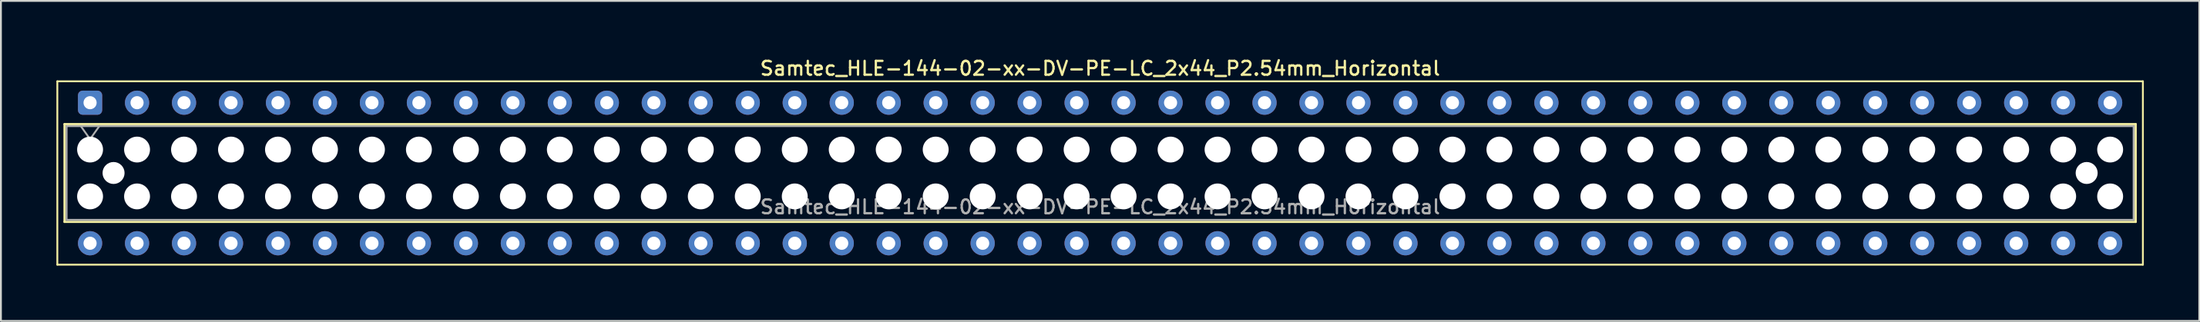
<source format=kicad_pcb>
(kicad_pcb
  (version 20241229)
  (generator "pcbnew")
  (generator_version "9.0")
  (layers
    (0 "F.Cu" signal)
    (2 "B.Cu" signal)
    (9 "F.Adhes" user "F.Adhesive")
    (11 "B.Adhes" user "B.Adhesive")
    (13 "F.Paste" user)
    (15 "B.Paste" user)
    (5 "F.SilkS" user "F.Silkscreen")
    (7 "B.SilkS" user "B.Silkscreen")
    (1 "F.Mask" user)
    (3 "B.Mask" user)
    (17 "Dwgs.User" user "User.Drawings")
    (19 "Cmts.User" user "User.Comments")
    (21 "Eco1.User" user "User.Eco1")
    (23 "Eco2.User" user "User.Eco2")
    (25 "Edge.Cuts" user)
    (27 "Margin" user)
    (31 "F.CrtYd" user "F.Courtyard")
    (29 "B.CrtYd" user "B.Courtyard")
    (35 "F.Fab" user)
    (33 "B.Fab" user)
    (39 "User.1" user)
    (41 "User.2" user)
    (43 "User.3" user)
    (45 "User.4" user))
  (footprint "Samtec_HLE-144-02-xx-DV-PE-LC_2x44_P2.54mm_Horizontal"
    (layer "F.Cu")
    (at 1.82 2.518)
    (property "Reference" "Samtec_HLE-144-02-xx-DV-PE-LC_2x44_P2.54mm_Horizontal" (at 54.61 -1.86 0) (layer "F.SilkS") (effects (font (size 0.75 0.75) (thickness 0.125))))
    (attr through_hole)
    (fp_line (start -1.77 -1.16) (end 110.99 -1.16) (stroke (width 0.1) (type solid)) (layer "F.SilkS"))
    (fp_line (start -1.77 8.78) (end -1.77 -1.16) (stroke (width 0.1) (type solid)) (layer "F.SilkS"))
    (fp_line (start -1.38 1.16) (end 110.6 1.16) (stroke (width 0.12) (type solid)) (layer "F.SilkS"))
    (fp_line (start -1.38 6.46) (end -1.38 1.16) (stroke (width 0.12) (type solid)) (layer "F.SilkS"))
    (fp_line (start 110.6 1.16) (end 110.6 6.46) (stroke (width 0.12) (type solid)) (layer "F.SilkS"))
    (fp_line (start 110.6 6.46) (end -1.38 6.46) (stroke (width 0.12) (type solid)) (layer "F.SilkS"))
    (fp_line (start 110.99 -1.16) (end 110.99 8.78) (stroke (width 0.1) (type solid)) (layer "F.SilkS"))
    (fp_line (start 110.99 8.78) (end -1.77 8.78) (stroke (width 0.1) (type solid)) (layer "F.SilkS"))
    (fp_line (start -1.27 1.27) (end 110.49 1.27) (stroke (width 0.1) (type solid)) (layer "F.Fab"))
    (fp_line (start -1.27 6.35) (end -1.27 1.27) (stroke (width 0.1) (type solid)) (layer "F.Fab"))
    (fp_line (start -0.5 1.27) (end 0 1.977) (stroke (width 0.1) (type solid)) (layer "F.Fab"))
    (fp_line (start 0 1.977) (end 0.5 1.27) (stroke (width 0.1) (type solid)) (layer "F.Fab"))
    (fp_line (start 110.49 1.27) (end 110.49 6.35) (stroke (width 0.1) (type solid)) (layer "F.Fab"))
    (fp_line (start 110.49 6.35) (end -1.27 6.35) (stroke (width 0.1) (type solid)) (layer "F.Fab"))
    (fp_text user "${REFERENCE}" (at 54.61 5.65 0) (layer "F.Fab") (effects (font (size 0.75 0.75) (thickness 0.125))))
    (pad "" np_thru_hole circle (at 0 2.54) (size 1.4 1.4) (drill 1.4) (layers "*.Cu" "*.Mask"))
    (pad "" np_thru_hole circle (at 0 5.08) (size 1.4 1.4) (drill 1.4) (layers "*.Cu" "*.Mask"))
    (pad "" np_thru_hole circle (at 1.27 3.81) (size 1.19 1.19) (drill 1.19) (layers "*.Cu" "*.Mask"))
    (pad "" np_thru_hole circle (at 2.54 2.54) (size 1.4 1.4) (drill 1.4) (layers "*.Cu" "*.Mask"))
    (pad "" np_thru_hole circle (at 2.54 5.08) (size 1.4 1.4) (drill 1.4) (layers "*.Cu" "*.Mask"))
    (pad "" np_thru_hole circle (at 5.08 2.54) (size 1.4 1.4) (drill 1.4) (layers "*.Cu" "*.Mask"))
    (pad "" np_thru_hole circle (at 5.08 5.08) (size 1.4 1.4) (drill 1.4) (layers "*.Cu" "*.Mask"))
    (pad "" np_thru_hole circle (at 7.62 2.54) (size 1.4 1.4) (drill 1.4) (layers "*.Cu" "*.Mask"))
    (pad "" np_thru_hole circle (at 7.62 5.08) (size 1.4 1.4) (drill 1.4) (layers "*.Cu" "*.Mask"))
    (pad "" np_thru_hole circle (at 10.16 2.54) (size 1.4 1.4) (drill 1.4) (layers "*.Cu" "*.Mask"))
    (pad "" np_thru_hole circle (at 10.16 5.08) (size 1.4 1.4) (drill 1.4) (layers "*.Cu" "*.Mask"))
    (pad "" np_thru_hole circle (at 12.7 2.54) (size 1.4 1.4) (drill 1.4) (layers "*.Cu" "*.Mask"))
    (pad "" np_thru_hole circle (at 12.7 5.08) (size 1.4 1.4) (drill 1.4) (layers "*.Cu" "*.Mask"))
    (pad "" np_thru_hole circle (at 15.24 2.54) (size 1.4 1.4) (drill 1.4) (layers "*.Cu" "*.Mask"))
    (pad "" np_thru_hole circle (at 15.24 5.08) (size 1.4 1.4) (drill 1.4) (layers "*.Cu" "*.Mask"))
    (pad "" np_thru_hole circle (at 17.78 2.54) (size 1.4 1.4) (drill 1.4) (layers "*.Cu" "*.Mask"))
    (pad "" np_thru_hole circle (at 17.78 5.08) (size 1.4 1.4) (drill 1.4) (layers "*.Cu" "*.Mask"))
    (pad "" np_thru_hole circle (at 20.32 2.54) (size 1.4 1.4) (drill 1.4) (layers "*.Cu" "*.Mask"))
    (pad "" np_thru_hole circle (at 20.32 5.08) (size 1.4 1.4) (drill 1.4) (layers "*.Cu" "*.Mask"))
    (pad "" np_thru_hole circle (at 22.86 2.54) (size 1.4 1.4) (drill 1.4) (layers "*.Cu" "*.Mask"))
    (pad "" np_thru_hole circle (at 22.86 5.08) (size 1.4 1.4) (drill 1.4) (layers "*.Cu" "*.Mask"))
    (pad "" np_thru_hole circle (at 25.4 2.54) (size 1.4 1.4) (drill 1.4) (layers "*.Cu" "*.Mask"))
    (pad "" np_thru_hole circle (at 25.4 5.08) (size 1.4 1.4) (drill 1.4) (layers "*.Cu" "*.Mask"))
    (pad "" np_thru_hole circle (at 27.94 2.54) (size 1.4 1.4) (drill 1.4) (layers "*.Cu" "*.Mask"))
    (pad "" np_thru_hole circle (at 27.94 5.08) (size 1.4 1.4) (drill 1.4) (layers "*.Cu" "*.Mask"))
    (pad "" np_thru_hole circle (at 30.48 2.54) (size 1.4 1.4) (drill 1.4) (layers "*.Cu" "*.Mask"))
    (pad "" np_thru_hole circle (at 30.48 5.08) (size 1.4 1.4) (drill 1.4) (layers "*.Cu" "*.Mask"))
    (pad "" np_thru_hole circle (at 33.02 2.54) (size 1.4 1.4) (drill 1.4) (layers "*.Cu" "*.Mask"))
    (pad "" np_thru_hole circle (at 33.02 5.08) (size 1.4 1.4) (drill 1.4) (layers "*.Cu" "*.Mask"))
    (pad "" np_thru_hole circle (at 35.56 2.54) (size 1.4 1.4) (drill 1.4) (layers "*.Cu" "*.Mask"))
    (pad "" np_thru_hole circle (at 35.56 5.08) (size 1.4 1.4) (drill 1.4) (layers "*.Cu" "*.Mask"))
    (pad "" np_thru_hole circle (at 38.1 2.54) (size 1.4 1.4) (drill 1.4) (layers "*.Cu" "*.Mask"))
    (pad "" np_thru_hole circle (at 38.1 5.08) (size 1.4 1.4) (drill 1.4) (layers "*.Cu" "*.Mask"))
    (pad "" np_thru_hole circle (at 40.64 2.54) (size 1.4 1.4) (drill 1.4) (layers "*.Cu" "*.Mask"))
    (pad "" np_thru_hole circle (at 40.64 5.08) (size 1.4 1.4) (drill 1.4) (layers "*.Cu" "*.Mask"))
    (pad "" np_thru_hole circle (at 43.18 2.54) (size 1.4 1.4) (drill 1.4) (layers "*.Cu" "*.Mask"))
    (pad "" np_thru_hole circle (at 43.18 5.08) (size 1.4 1.4) (drill 1.4) (layers "*.Cu" "*.Mask"))
    (pad "" np_thru_hole circle (at 45.72 2.54) (size 1.4 1.4) (drill 1.4) (layers "*.Cu" "*.Mask"))
    (pad "" np_thru_hole circle (at 45.72 5.08) (size 1.4 1.4) (drill 1.4) (layers "*.Cu" "*.Mask"))
    (pad "" np_thru_hole circle (at 48.26 2.54) (size 1.4 1.4) (drill 1.4) (layers "*.Cu" "*.Mask"))
    (pad "" np_thru_hole circle (at 48.26 5.08) (size 1.4 1.4) (drill 1.4) (layers "*.Cu" "*.Mask"))
    (pad "" np_thru_hole circle (at 50.8 2.54) (size 1.4 1.4) (drill 1.4) (layers "*.Cu" "*.Mask"))
    (pad "" np_thru_hole circle (at 50.8 5.08) (size 1.4 1.4) (drill 1.4) (layers "*.Cu" "*.Mask"))
    (pad "" np_thru_hole circle (at 53.34 2.54) (size 1.4 1.4) (drill 1.4) (layers "*.Cu" "*.Mask"))
    (pad "" np_thru_hole circle (at 53.34 5.08) (size 1.4 1.4) (drill 1.4) (layers "*.Cu" "*.Mask"))
    (pad "" np_thru_hole circle (at 55.88 2.54) (size 1.4 1.4) (drill 1.4) (layers "*.Cu" "*.Mask"))
    (pad "" np_thru_hole circle (at 55.88 5.08) (size 1.4 1.4) (drill 1.4) (layers "*.Cu" "*.Mask"))
    (pad "" np_thru_hole circle (at 58.42 2.54) (size 1.4 1.4) (drill 1.4) (layers "*.Cu" "*.Mask"))
    (pad "" np_thru_hole circle (at 58.42 5.08) (size 1.4 1.4) (drill 1.4) (layers "*.Cu" "*.Mask"))
    (pad "" np_thru_hole circle (at 60.96 2.54) (size 1.4 1.4) (drill 1.4) (layers "*.Cu" "*.Mask"))
    (pad "" np_thru_hole circle (at 60.96 5.08) (size 1.4 1.4) (drill 1.4) (layers "*.Cu" "*.Mask"))
    (pad "" np_thru_hole circle (at 63.5 2.54) (size 1.4 1.4) (drill 1.4) (layers "*.Cu" "*.Mask"))
    (pad "" np_thru_hole circle (at 63.5 5.08) (size 1.4 1.4) (drill 1.4) (layers "*.Cu" "*.Mask"))
    (pad "" np_thru_hole circle (at 66.04 2.54) (size 1.4 1.4) (drill 1.4) (layers "*.Cu" "*.Mask"))
    (pad "" np_thru_hole circle (at 66.04 5.08) (size 1.4 1.4) (drill 1.4) (layers "*.Cu" "*.Mask"))
    (pad "" np_thru_hole circle (at 68.58 2.54) (size 1.4 1.4) (drill 1.4) (layers "*.Cu" "*.Mask"))
    (pad "" np_thru_hole circle (at 68.58 5.08) (size 1.4 1.4) (drill 1.4) (layers "*.Cu" "*.Mask"))
    (pad "" np_thru_hole circle (at 71.12 2.54) (size 1.4 1.4) (drill 1.4) (layers "*.Cu" "*.Mask"))
    (pad "" np_thru_hole circle (at 71.12 5.08) (size 1.4 1.4) (drill 1.4) (layers "*.Cu" "*.Mask"))
    (pad "" np_thru_hole circle (at 73.66 2.54) (size 1.4 1.4) (drill 1.4) (layers "*.Cu" "*.Mask"))
    (pad "" np_thru_hole circle (at 73.66 5.08) (size 1.4 1.4) (drill 1.4) (layers "*.Cu" "*.Mask"))
    (pad "" np_thru_hole circle (at 76.2 2.54) (size 1.4 1.4) (drill 1.4) (layers "*.Cu" "*.Mask"))
    (pad "" np_thru_hole circle (at 76.2 5.08) (size 1.4 1.4) (drill 1.4) (layers "*.Cu" "*.Mask"))
    (pad "" np_thru_hole circle (at 78.74 2.54) (size 1.4 1.4) (drill 1.4) (layers "*.Cu" "*.Mask"))
    (pad "" np_thru_hole circle (at 78.74 5.08) (size 1.4 1.4) (drill 1.4) (layers "*.Cu" "*.Mask"))
    (pad "" np_thru_hole circle (at 81.28 2.54) (size 1.4 1.4) (drill 1.4) (layers "*.Cu" "*.Mask"))
    (pad "" np_thru_hole circle (at 81.28 5.08) (size 1.4 1.4) (drill 1.4) (layers "*.Cu" "*.Mask"))
    (pad "" np_thru_hole circle (at 83.82 2.54) (size 1.4 1.4) (drill 1.4) (layers "*.Cu" "*.Mask"))
    (pad "" np_thru_hole circle (at 83.82 5.08) (size 1.4 1.4) (drill 1.4) (layers "*.Cu" "*.Mask"))
    (pad "" np_thru_hole circle (at 86.36 2.54) (size 1.4 1.4) (drill 1.4) (layers "*.Cu" "*.Mask"))
    (pad "" np_thru_hole circle (at 86.36 5.08) (size 1.4 1.4) (drill 1.4) (layers "*.Cu" "*.Mask"))
    (pad "" np_thru_hole circle (at 88.9 2.54) (size 1.4 1.4) (drill 1.4) (layers "*.Cu" "*.Mask"))
    (pad "" np_thru_hole circle (at 88.9 5.08) (size 1.4 1.4) (drill 1.4) (layers "*.Cu" "*.Mask"))
    (pad "" np_thru_hole circle (at 91.44 2.54) (size 1.4 1.4) (drill 1.4) (layers "*.Cu" "*.Mask"))
    (pad "" np_thru_hole circle (at 91.44 5.08) (size 1.4 1.4) (drill 1.4) (layers "*.Cu" "*.Mask"))
    (pad "" np_thru_hole circle (at 93.98 2.54) (size 1.4 1.4) (drill 1.4) (layers "*.Cu" "*.Mask"))
    (pad "" np_thru_hole circle (at 93.98 5.08) (size 1.4 1.4) (drill 1.4) (layers "*.Cu" "*.Mask"))
    (pad "" np_thru_hole circle (at 96.52 2.54) (size 1.4 1.4) (drill 1.4) (layers "*.Cu" "*.Mask"))
    (pad "" np_thru_hole circle (at 96.52 5.08) (size 1.4 1.4) (drill 1.4) (layers "*.Cu" "*.Mask"))
    (pad "" np_thru_hole circle (at 99.06 2.54) (size 1.4 1.4) (drill 1.4) (layers "*.Cu" "*.Mask"))
    (pad "" np_thru_hole circle (at 99.06 5.08) (size 1.4 1.4) (drill 1.4) (layers "*.Cu" "*.Mask"))
    (pad "" np_thru_hole circle (at 101.6 2.54) (size 1.4 1.4) (drill 1.4) (layers "*.Cu" "*.Mask"))
    (pad "" np_thru_hole circle (at 101.6 5.08) (size 1.4 1.4) (drill 1.4) (layers "*.Cu" "*.Mask"))
    (pad "" np_thru_hole circle (at 104.14 2.54) (size 1.4 1.4) (drill 1.4) (layers "*.Cu" "*.Mask"))
    (pad "" np_thru_hole circle (at 104.14 5.08) (size 1.4 1.4) (drill 1.4) (layers "*.Cu" "*.Mask"))
    (pad "" np_thru_hole circle (at 106.68 2.54) (size 1.4 1.4) (drill 1.4) (layers "*.Cu" "*.Mask"))
    (pad "" np_thru_hole circle (at 106.68 5.08) (size 1.4 1.4) (drill 1.4) (layers "*.Cu" "*.Mask"))
    (pad "" np_thru_hole circle (at 107.95 3.81) (size 1.19 1.19) (drill 1.19) (layers "*.Cu" "*.Mask"))
    (pad "" np_thru_hole circle (at 109.22 2.54) (size 1.4 1.4) (drill 1.4) (layers "*.Cu" "*.Mask"))
    (pad "" np_thru_hole circle (at 109.22 5.08) (size 1.4 1.4) (drill 1.4) (layers "*.Cu" "*.Mask"))
    (pad "1" thru_hole roundrect (at 0 0) (size 1.31 1.31) (drill 0.71) (layers "*.Cu" "*.Mask") (roundrect_rratio 0.191))
    (pad "2" thru_hole circle (at 0 7.62) (size 1.31 1.31) (drill 0.71) (layers "*.Cu" "*.Mask"))
    (pad "3" thru_hole circle (at 2.54 0) (size 1.31 1.31) (drill 0.71) (layers "*.Cu" "*.Mask"))
    (pad "4" thru_hole circle (at 2.54 7.62) (size 1.31 1.31) (drill 0.71) (layers "*.Cu" "*.Mask"))
    (pad "5" thru_hole circle (at 5.08 0) (size 1.31 1.31) (drill 0.71) (layers "*.Cu" "*.Mask"))
    (pad "6" thru_hole circle (at 5.08 7.62) (size 1.31 1.31) (drill 0.71) (layers "*.Cu" "*.Mask"))
    (pad "7" thru_hole circle (at 7.62 0) (size 1.31 1.31) (drill 0.71) (layers "*.Cu" "*.Mask"))
    (pad "8" thru_hole circle (at 7.62 7.62) (size 1.31 1.31) (drill 0.71) (layers "*.Cu" "*.Mask"))
    (pad "9" thru_hole circle (at 10.16 0) (size 1.31 1.31) (drill 0.71) (layers "*.Cu" "*.Mask"))
    (pad "10" thru_hole circle (at 10.16 7.62) (size 1.31 1.31) (drill 0.71) (layers "*.Cu" "*.Mask"))
    (pad "11" thru_hole circle (at 12.7 0) (size 1.31 1.31) (drill 0.71) (layers "*.Cu" "*.Mask"))
    (pad "12" thru_hole circle (at 12.7 7.62) (size 1.31 1.31) (drill 0.71) (layers "*.Cu" "*.Mask"))
    (pad "13" thru_hole circle (at 15.24 0) (size 1.31 1.31) (drill 0.71) (layers "*.Cu" "*.Mask"))
    (pad "14" thru_hole circle (at 15.24 7.62) (size 1.31 1.31) (drill 0.71) (layers "*.Cu" "*.Mask"))
    (pad "15" thru_hole circle (at 17.78 0) (size 1.31 1.31) (drill 0.71) (layers "*.Cu" "*.Mask"))
    (pad "16" thru_hole circle (at 17.78 7.62) (size 1.31 1.31) (drill 0.71) (layers "*.Cu" "*.Mask"))
    (pad "17" thru_hole circle (at 20.32 0) (size 1.31 1.31) (drill 0.71) (layers "*.Cu" "*.Mask"))
    (pad "18" thru_hole circle (at 20.32 7.62) (size 1.31 1.31) (drill 0.71) (layers "*.Cu" "*.Mask"))
    (pad "19" thru_hole circle (at 22.86 0) (size 1.31 1.31) (drill 0.71) (layers "*.Cu" "*.Mask"))
    (pad "20" thru_hole circle (at 22.86 7.62) (size 1.31 1.31) (drill 0.71) (layers "*.Cu" "*.Mask"))
    (pad "21" thru_hole circle (at 25.4 0) (size 1.31 1.31) (drill 0.71) (layers "*.Cu" "*.Mask"))
    (pad "22" thru_hole circle (at 25.4 7.62) (size 1.31 1.31) (drill 0.71) (layers "*.Cu" "*.Mask"))
    (pad "23" thru_hole circle (at 27.94 0) (size 1.31 1.31) (drill 0.71) (layers "*.Cu" "*.Mask"))
    (pad "24" thru_hole circle (at 27.94 7.62) (size 1.31 1.31) (drill 0.71) (layers "*.Cu" "*.Mask"))
    (pad "25" thru_hole circle (at 30.48 0) (size 1.31 1.31) (drill 0.71) (layers "*.Cu" "*.Mask"))
    (pad "26" thru_hole circle (at 30.48 7.62) (size 1.31 1.31) (drill 0.71) (layers "*.Cu" "*.Mask"))
    (pad "27" thru_hole circle (at 33.02 0) (size 1.31 1.31) (drill 0.71) (layers "*.Cu" "*.Mask"))
    (pad "28" thru_hole circle (at 33.02 7.62) (size 1.31 1.31) (drill 0.71) (layers "*.Cu" "*.Mask"))
    (pad "29" thru_hole circle (at 35.56 0) (size 1.31 1.31) (drill 0.71) (layers "*.Cu" "*.Mask"))
    (pad "30" thru_hole circle (at 35.56 7.62) (size 1.31 1.31) (drill 0.71) (layers "*.Cu" "*.Mask"))
    (pad "31" thru_hole circle (at 38.1 0) (size 1.31 1.31) (drill 0.71) (layers "*.Cu" "*.Mask"))
    (pad "32" thru_hole circle (at 38.1 7.62) (size 1.31 1.31) (drill 0.71) (layers "*.Cu" "*.Mask"))
    (pad "33" thru_hole circle (at 40.64 0) (size 1.31 1.31) (drill 0.71) (layers "*.Cu" "*.Mask"))
    (pad "34" thru_hole circle (at 40.64 7.62) (size 1.31 1.31) (drill 0.71) (layers "*.Cu" "*.Mask"))
    (pad "35" thru_hole circle (at 43.18 0) (size 1.31 1.31) (drill 0.71) (layers "*.Cu" "*.Mask"))
    (pad "36" thru_hole circle (at 43.18 7.62) (size 1.31 1.31) (drill 0.71) (layers "*.Cu" "*.Mask"))
    (pad "37" thru_hole circle (at 45.72 0) (size 1.31 1.31) (drill 0.71) (layers "*.Cu" "*.Mask"))
    (pad "38" thru_hole circle (at 45.72 7.62) (size 1.31 1.31) (drill 0.71) (layers "*.Cu" "*.Mask"))
    (pad "39" thru_hole circle (at 48.26 0) (size 1.31 1.31) (drill 0.71) (layers "*.Cu" "*.Mask"))
    (pad "40" thru_hole circle (at 48.26 7.62) (size 1.31 1.31) (drill 0.71) (layers "*.Cu" "*.Mask"))
    (pad "41" thru_hole circle (at 50.8 0) (size 1.31 1.31) (drill 0.71) (layers "*.Cu" "*.Mask"))
    (pad "42" thru_hole circle (at 50.8 7.62) (size 1.31 1.31) (drill 0.71) (layers "*.Cu" "*.Mask"))
    (pad "43" thru_hole circle (at 53.34 0) (size 1.31 1.31) (drill 0.71) (layers "*.Cu" "*.Mask"))
    (pad "44" thru_hole circle (at 53.34 7.62) (size 1.31 1.31) (drill 0.71) (layers "*.Cu" "*.Mask"))
    (pad "45" thru_hole circle (at 55.88 0) (size 1.31 1.31) (drill 0.71) (layers "*.Cu" "*.Mask"))
    (pad "46" thru_hole circle (at 55.88 7.62) (size 1.31 1.31) (drill 0.71) (layers "*.Cu" "*.Mask"))
    (pad "47" thru_hole circle (at 58.42 0) (size 1.31 1.31) (drill 0.71) (layers "*.Cu" "*.Mask"))
    (pad "48" thru_hole circle (at 58.42 7.62) (size 1.31 1.31) (drill 0.71) (layers "*.Cu" "*.Mask"))
    (pad "49" thru_hole circle (at 60.96 0) (size 1.31 1.31) (drill 0.71) (layers "*.Cu" "*.Mask"))
    (pad "50" thru_hole circle (at 60.96 7.62) (size 1.31 1.31) (drill 0.71) (layers "*.Cu" "*.Mask"))
    (pad "51" thru_hole circle (at 63.5 0) (size 1.31 1.31) (drill 0.71) (layers "*.Cu" "*.Mask"))
    (pad "52" thru_hole circle (at 63.5 7.62) (size 1.31 1.31) (drill 0.71) (layers "*.Cu" "*.Mask"))
    (pad "53" thru_hole circle (at 66.04 0) (size 1.31 1.31) (drill 0.71) (layers "*.Cu" "*.Mask"))
    (pad "54" thru_hole circle (at 66.04 7.62) (size 1.31 1.31) (drill 0.71) (layers "*.Cu" "*.Mask"))
    (pad "55" thru_hole circle (at 68.58 0) (size 1.31 1.31) (drill 0.71) (layers "*.Cu" "*.Mask"))
    (pad "56" thru_hole circle (at 68.58 7.62) (size 1.31 1.31) (drill 0.71) (layers "*.Cu" "*.Mask"))
    (pad "57" thru_hole circle (at 71.12 0) (size 1.31 1.31) (drill 0.71) (layers "*.Cu" "*.Mask"))
    (pad "58" thru_hole circle (at 71.12 7.62) (size 1.31 1.31) (drill 0.71) (layers "*.Cu" "*.Mask"))
    (pad "59" thru_hole circle (at 73.66 0) (size 1.31 1.31) (drill 0.71) (layers "*.Cu" "*.Mask"))
    (pad "60" thru_hole circle (at 73.66 7.62) (size 1.31 1.31) (drill 0.71) (layers "*.Cu" "*.Mask"))
    (pad "61" thru_hole circle (at 76.2 0) (size 1.31 1.31) (drill 0.71) (layers "*.Cu" "*.Mask"))
    (pad "62" thru_hole circle (at 76.2 7.62) (size 1.31 1.31) (drill 0.71) (layers "*.Cu" "*.Mask"))
    (pad "63" thru_hole circle (at 78.74 0) (size 1.31 1.31) (drill 0.71) (layers "*.Cu" "*.Mask"))
    (pad "64" thru_hole circle (at 78.74 7.62) (size 1.31 1.31) (drill 0.71) (layers "*.Cu" "*.Mask"))
    (pad "65" thru_hole circle (at 81.28 0) (size 1.31 1.31) (drill 0.71) (layers "*.Cu" "*.Mask"))
    (pad "66" thru_hole circle (at 81.28 7.62) (size 1.31 1.31) (drill 0.71) (layers "*.Cu" "*.Mask"))
    (pad "67" thru_hole circle (at 83.82 0) (size 1.31 1.31) (drill 0.71) (layers "*.Cu" "*.Mask"))
    (pad "68" thru_hole circle (at 83.82 7.62) (size 1.31 1.31) (drill 0.71) (layers "*.Cu" "*.Mask"))
    (pad "69" thru_hole circle (at 86.36 0) (size 1.31 1.31) (drill 0.71) (layers "*.Cu" "*.Mask"))
    (pad "70" thru_hole circle (at 86.36 7.62) (size 1.31 1.31) (drill 0.71) (layers "*.Cu" "*.Mask"))
    (pad "71" thru_hole circle (at 88.9 0) (size 1.31 1.31) (drill 0.71) (layers "*.Cu" "*.Mask"))
    (pad "72" thru_hole circle (at 88.9 7.62) (size 1.31 1.31) (drill 0.71) (layers "*.Cu" "*.Mask"))
    (pad "73" thru_hole circle (at 91.44 0) (size 1.31 1.31) (drill 0.71) (layers "*.Cu" "*.Mask"))
    (pad "74" thru_hole circle (at 91.44 7.62) (size 1.31 1.31) (drill 0.71) (layers "*.Cu" "*.Mask"))
    (pad "75" thru_hole circle (at 93.98 0) (size 1.31 1.31) (drill 0.71) (layers "*.Cu" "*.Mask"))
    (pad "76" thru_hole circle (at 93.98 7.62) (size 1.31 1.31) (drill 0.71) (layers "*.Cu" "*.Mask"))
    (pad "77" thru_hole circle (at 96.52 0) (size 1.31 1.31) (drill 0.71) (layers "*.Cu" "*.Mask"))
    (pad "78" thru_hole circle (at 96.52 7.62) (size 1.31 1.31) (drill 0.71) (layers "*.Cu" "*.Mask"))
    (pad "79" thru_hole circle (at 99.06 0) (size 1.31 1.31) (drill 0.71) (layers "*.Cu" "*.Mask"))
    (pad "80" thru_hole circle (at 99.06 7.62) (size 1.31 1.31) (drill 0.71) (layers "*.Cu" "*.Mask"))
    (pad "81" thru_hole circle (at 101.6 0) (size 1.31 1.31) (drill 0.71) (layers "*.Cu" "*.Mask"))
    (pad "82" thru_hole circle (at 101.6 7.62) (size 1.31 1.31) (drill 0.71) (layers "*.Cu" "*.Mask"))
    (pad "83" thru_hole circle (at 104.14 0) (size 1.31 1.31) (drill 0.71) (layers "*.Cu" "*.Mask"))
    (pad "84" thru_hole circle (at 104.14 7.62) (size 1.31 1.31) (drill 0.71) (layers "*.Cu" "*.Mask"))
    (pad "85" thru_hole circle (at 106.68 0) (size 1.31 1.31) (drill 0.71) (layers "*.Cu" "*.Mask"))
    (pad "86" thru_hole circle (at 106.68 7.62) (size 1.31 1.31) (drill 0.71) (layers "*.Cu" "*.Mask"))
    (pad "87" thru_hole circle (at 109.22 0) (size 1.31 1.31) (drill 0.71) (layers "*.Cu" "*.Mask"))
    (pad "88" thru_hole circle (at 109.22 7.62) (size 1.31 1.31) (drill 0.71) (layers "*.Cu" "*.Mask")))
  (gr_rect
    (start -3 -3)
    (end 115.86 14.348)
    (stroke (width 0.1) (type default))
    (fill no)
    (layer "Edge.Cuts")))
</source>
